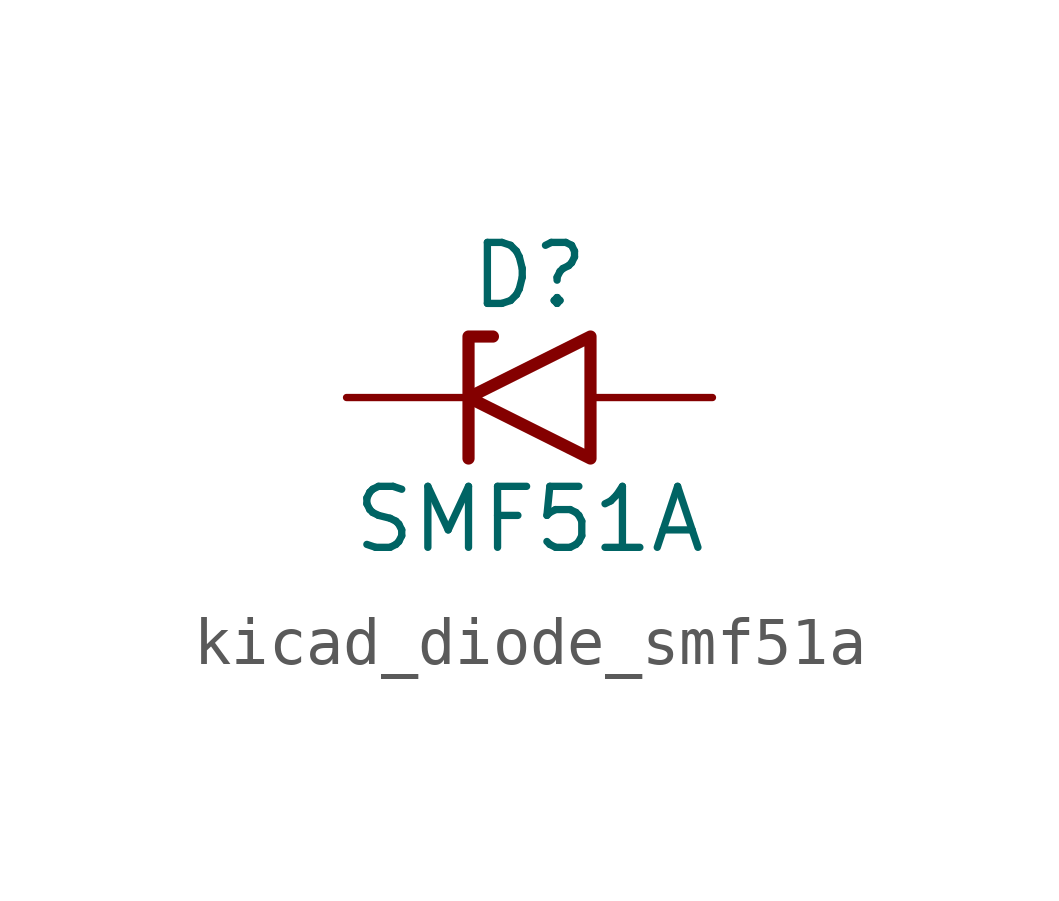
<source format=kicad_sym>
(kicad_symbol_lib
  (version 20220914)
  (generator kicad_symbol_editor)
  (symbol "kicad_diode_smf51a"
    (pin_numbers hide)
    (pin_names
      (offset 1.016) hide)
    (property "Reference" "D"
      (at 0 2.54 0)
      (effects (font (size 1.27 1.27))))
    (property "Value" "SMF51A"
      (at 0 -2.54 0)
      (effects (font (size 1.27 1.27))))
    (symbol "kicad_diode_smf51a_0_1"
      (polyline (pts (xy -0.762 1.27) (xy -1.27 1.27) (xy -1.27 -1.27)) (stroke (width 0.254) (type default)) (fill (type none)))
      (polyline (pts (xy 1.27 1.27) (xy 1.27 -1.27) (xy -1.27 0) (xy 1.27 1.27)) (stroke (width 0.254) (type default)) (fill (type none))))
    (symbol "kicad_diode_smf51a_1_1"
      (pin passive line (at -3.81 0 0) (length 2.54) (name "A1" (effects (font (size 1.27 1.27)))) (number "1" (effects (font (size 1.27 1.27)))))
      (pin passive line (at 3.81 0 180) (length 2.54) (name "A2" (effects (font (size 1.27 1.27)))) (number "2" (effects (font (size 1.27 1.27))))))))
</source>
